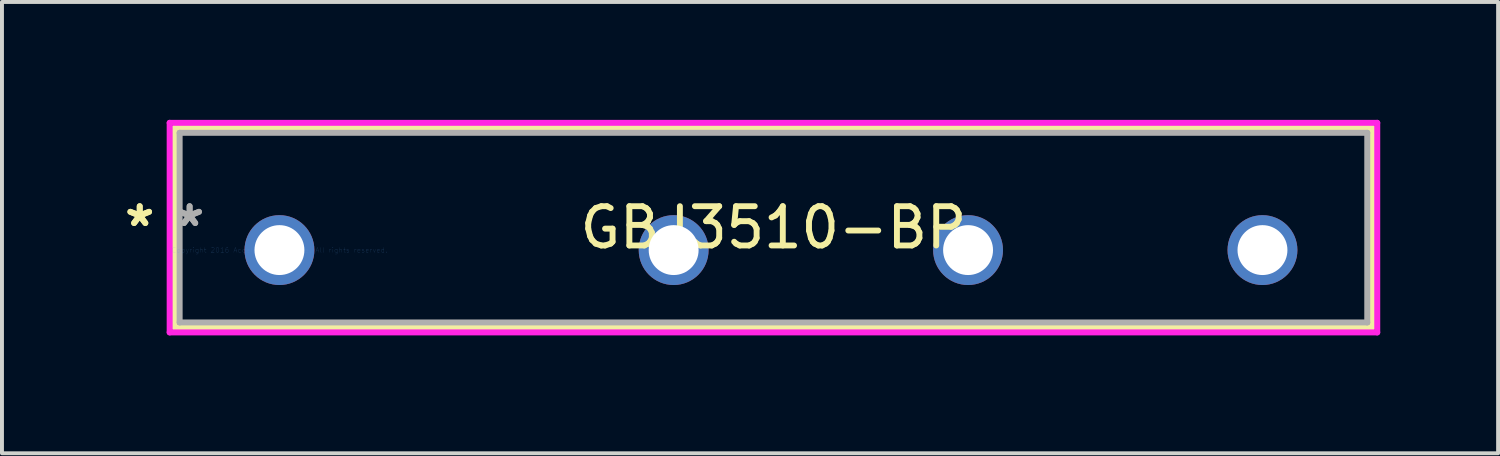
<source format=kicad_pcb>
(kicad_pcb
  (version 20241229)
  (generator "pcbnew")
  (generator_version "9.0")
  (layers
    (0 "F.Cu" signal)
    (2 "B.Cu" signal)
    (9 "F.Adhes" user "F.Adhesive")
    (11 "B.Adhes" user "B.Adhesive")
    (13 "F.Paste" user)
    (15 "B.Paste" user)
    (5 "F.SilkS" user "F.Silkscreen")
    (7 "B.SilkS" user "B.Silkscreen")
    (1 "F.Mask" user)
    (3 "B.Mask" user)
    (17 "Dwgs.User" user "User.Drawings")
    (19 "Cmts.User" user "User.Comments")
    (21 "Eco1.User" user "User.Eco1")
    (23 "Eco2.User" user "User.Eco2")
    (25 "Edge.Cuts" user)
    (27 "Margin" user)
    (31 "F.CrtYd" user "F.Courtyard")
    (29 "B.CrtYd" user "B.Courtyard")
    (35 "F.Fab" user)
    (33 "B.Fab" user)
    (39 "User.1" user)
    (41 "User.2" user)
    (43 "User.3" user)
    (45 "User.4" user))
  (footprint "GBJ3510-BP"
    (layer "F.Cu")
    (at 4.062 3.315)
    (property "Reference" "GBJ3510-BP" (at 12.573 -0.572 0) (layer "F.SilkS") (effects (font (size 1 1) (thickness 0.15))))
    (attr through_hole)
    (fp_line (start -2.667 -3.111) (end -2.667 1.968) (stroke (width 0.152) (type solid)) (layer "F.SilkS"))
    (fp_line (start -2.667 1.968) (end 27.813 1.968) (stroke (width 0.152) (type solid)) (layer "F.SilkS"))
    (fp_line (start 27.813 -3.111) (end -2.667 -3.111) (stroke (width 0.152) (type solid)) (layer "F.SilkS"))
    (fp_line (start 27.813 1.968) (end 27.813 -3.111) (stroke (width 0.152) (type solid)) (layer "F.SilkS"))
    (fp_line (start -2.794 -3.239) (end 27.94 -3.239) (stroke (width 0.152) (type solid)) (layer "F.CrtYd"))
    (fp_line (start -2.794 2.095) (end -2.794 -3.239) (stroke (width 0.152) (type solid)) (layer "F.CrtYd"))
    (fp_line (start 27.94 -3.239) (end 27.94 2.095) (stroke (width 0.152) (type solid)) (layer "F.CrtYd"))
    (fp_line (start 27.94 2.095) (end -2.794 2.095) (stroke (width 0.152) (type solid)) (layer "F.CrtYd"))
    (fp_line (start -2.54 -2.985) (end -2.54 1.841) (stroke (width 0.152) (type solid)) (layer "F.Fab"))
    (fp_line (start -2.54 1.841) (end 27.686 1.841) (stroke (width 0.152) (type solid)) (layer "F.Fab"))
    (fp_line (start 27.686 -2.985) (end -2.54 -2.985) (stroke (width 0.152) (type solid)) (layer "F.Fab"))
    (fp_line (start 27.686 1.841) (end 27.686 -2.985) (stroke (width 0.152) (type solid)) (layer "F.Fab"))
    (fp_text user "*" (at -3.556 -0.572 0) (layer "F.SilkS") (effects (font (size 1 1) (thickness 0.15))))
    (fp_text user "*" (at -3.556 -0.572 0) (layer "F.SilkS") (effects (font (size 1 1) (thickness 0.15))))
    (fp_text user "Copyright 2016 Accelerated Designs. All rights reserved." (at 0 0 0) (layer "Cmts.User") (effects (font (size 0.127 0.127) (thickness 0.002))))
    (fp_text user "*" (at -2.286 -0.572 0) (layer "F.Fab") (effects (font (size 1 1) (thickness 0.15))))
    (fp_text user "*" (at -2.286 -0.572 0) (layer "F.Fab") (effects (font (size 1 1) (thickness 0.15))))
    (pad "1" thru_hole circle (at 0 0) (size 1.778 1.778) (drill 1.27) (layers "*.Cu" "*.Mask"))
    (pad "2" thru_hole circle (at 10.033 0) (size 1.778 1.778) (drill 1.27) (layers "*.Cu" "*.Mask"))
    (pad "3" thru_hole circle (at 17.526 0) (size 1.778 1.778) (drill 1.27) (layers "*.Cu" "*.Mask"))
    (pad "4" thru_hole circle (at 25.019 0) (size 1.778 1.778) (drill 1.27) (layers "*.Cu" "*.Mask")))
  (gr_rect
    (start -3 -3)
    (end 35.078 8.486)
    (stroke (width 0.1) (type default))
    (fill no)
    (layer "Edge.Cuts")))
</source>
